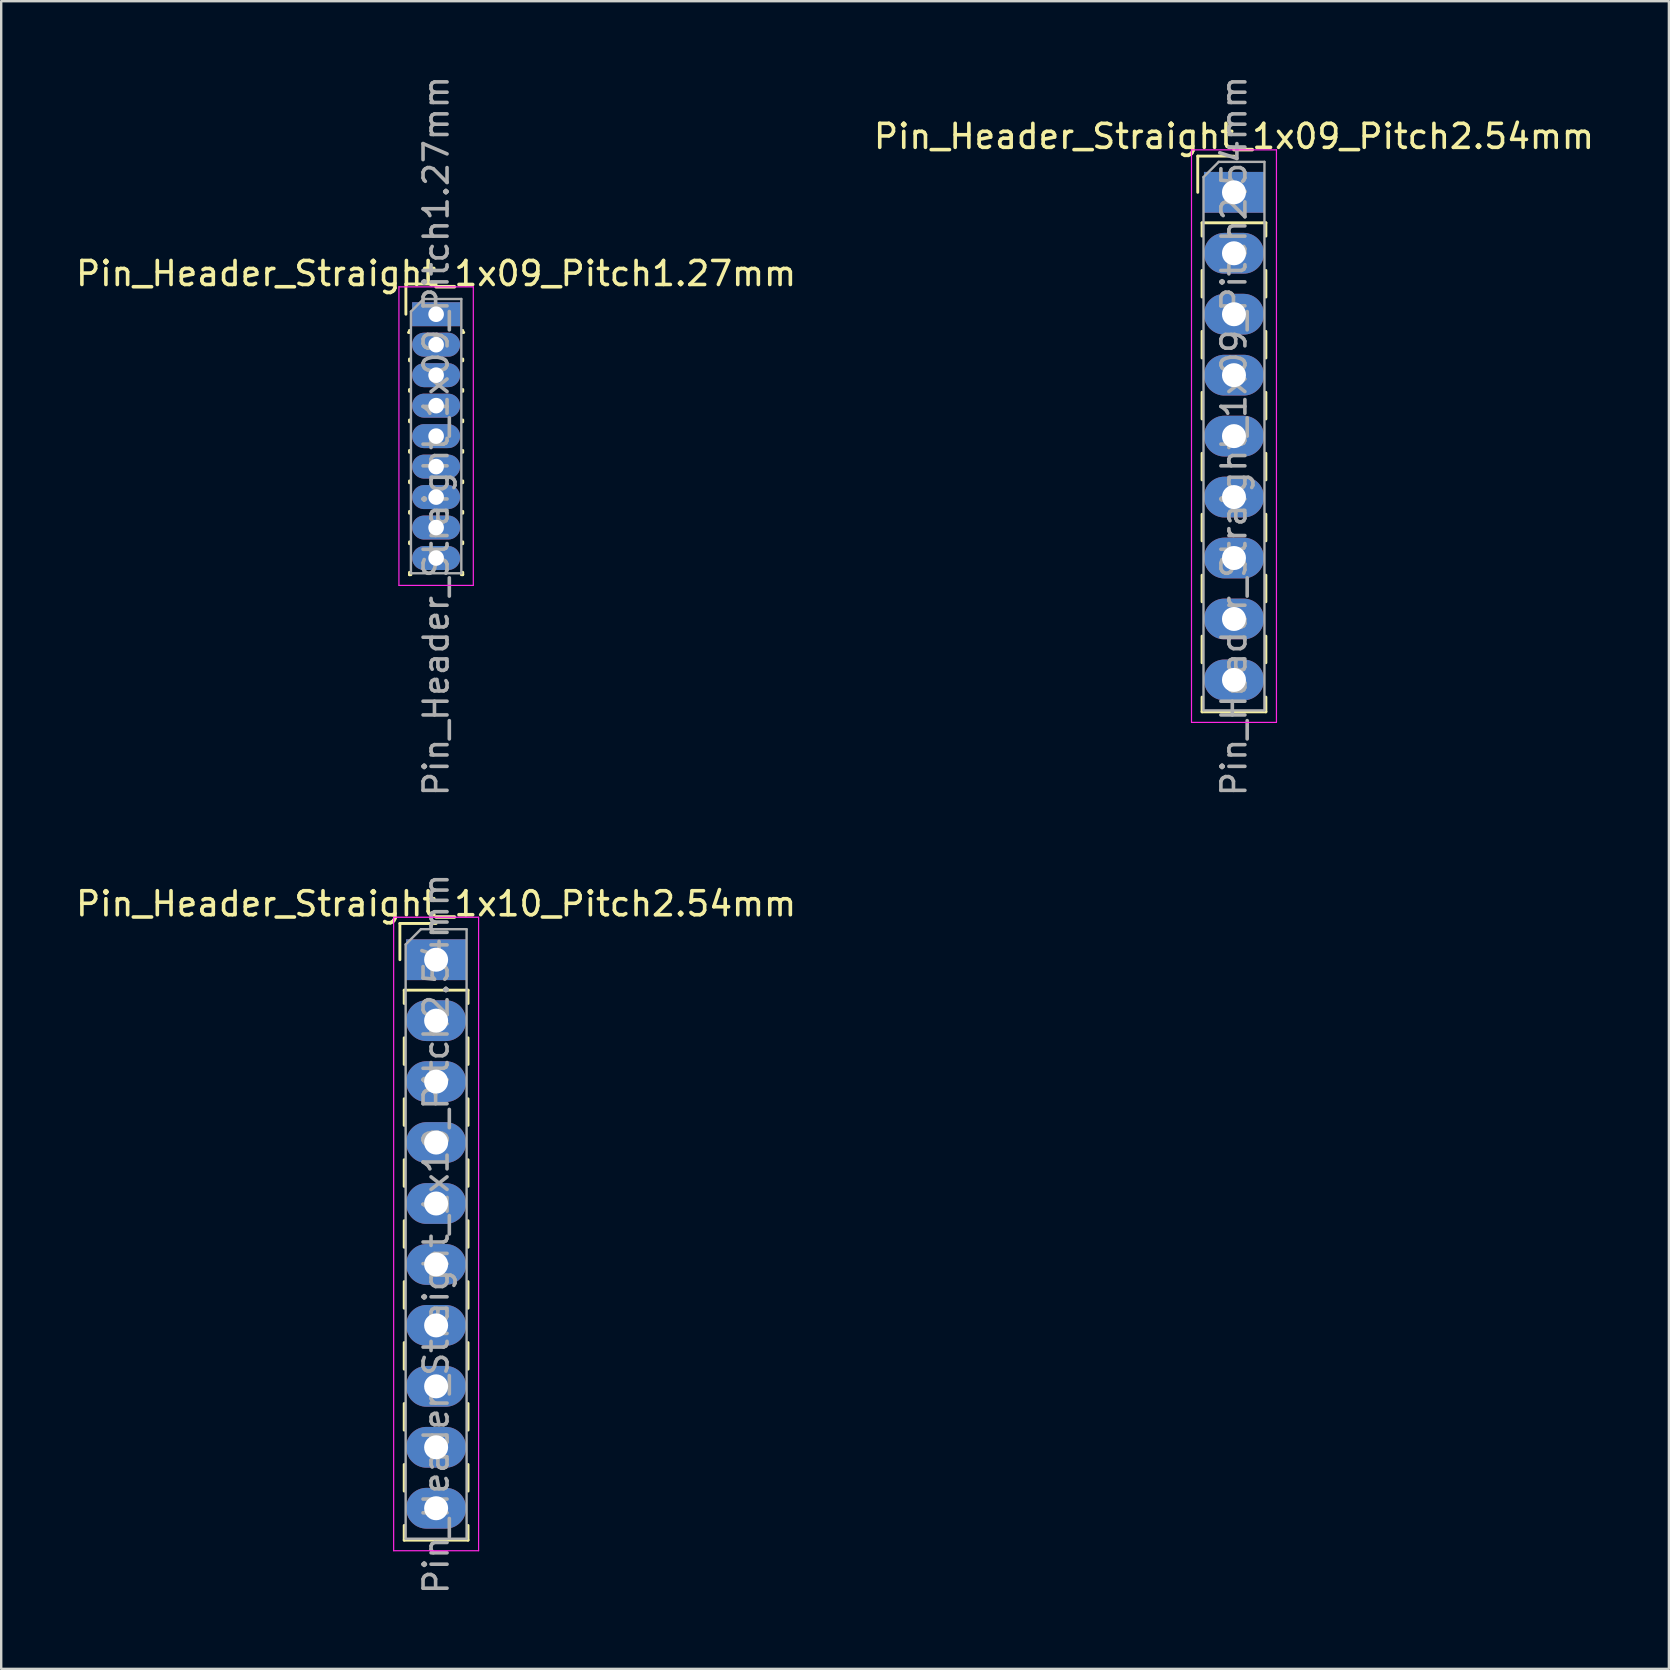
<source format=kicad_pcb>
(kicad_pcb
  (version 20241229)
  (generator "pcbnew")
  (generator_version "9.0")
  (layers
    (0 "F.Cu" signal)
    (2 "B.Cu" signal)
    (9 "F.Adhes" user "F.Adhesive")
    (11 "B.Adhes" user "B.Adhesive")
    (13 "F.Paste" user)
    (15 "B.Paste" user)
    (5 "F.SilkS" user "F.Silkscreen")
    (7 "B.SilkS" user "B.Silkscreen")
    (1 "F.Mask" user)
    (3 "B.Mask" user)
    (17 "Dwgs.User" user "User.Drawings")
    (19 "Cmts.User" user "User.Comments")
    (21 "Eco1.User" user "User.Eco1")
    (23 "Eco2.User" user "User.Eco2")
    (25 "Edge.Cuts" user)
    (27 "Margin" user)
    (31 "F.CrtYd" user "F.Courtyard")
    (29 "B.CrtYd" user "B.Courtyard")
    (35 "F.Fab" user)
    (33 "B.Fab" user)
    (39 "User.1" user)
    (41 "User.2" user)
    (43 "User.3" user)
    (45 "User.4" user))
  (footprint "Pin_Header_Straight_1x09_Pitch2.54mm"
    (layer "F.Cu")
    (at 48.375 4.965)
    (property "Reference" "Pin_Header_Straight_1x09_Pitch2.54mm" (at 0 -2.33 0) (layer "F.SilkS") (effects (font (size 1 1) (thickness 0.15))))
    (attr through_hole)
    (fp_line (start -1.51 -1.51) (end 0 -1.51) (stroke (width 0.12) (type solid)) (layer "F.SilkS"))
    (fp_line (start -1.51 0) (end -1.51 -1.51) (stroke (width 0.12) (type solid)) (layer "F.SilkS"))
    (fp_line (start -1.33 1.27) (end -1.33 1.825) (stroke (width 0.12) (type solid)) (layer "F.SilkS"))
    (fp_line (start -1.33 1.27) (end 1.33 1.27) (stroke (width 0.12) (type solid)) (layer "F.SilkS"))
    (fp_line (start -1.33 3.255) (end -1.33 4.365) (stroke (width 0.12) (type solid)) (layer "F.SilkS"))
    (fp_line (start -1.33 5.795) (end -1.33 6.905) (stroke (width 0.12) (type solid)) (layer "F.SilkS"))
    (fp_line (start -1.33 8.335) (end -1.33 9.445) (stroke (width 0.12) (type solid)) (layer "F.SilkS"))
    (fp_line (start -1.33 10.875) (end -1.33 11.985) (stroke (width 0.12) (type solid)) (layer "F.SilkS"))
    (fp_line (start -1.33 13.415) (end -1.33 14.525) (stroke (width 0.12) (type solid)) (layer "F.SilkS"))
    (fp_line (start -1.33 15.955) (end -1.33 17.065) (stroke (width 0.12) (type solid)) (layer "F.SilkS"))
    (fp_line (start -1.33 18.495) (end -1.33 19.605) (stroke (width 0.12) (type solid)) (layer "F.SilkS"))
    (fp_line (start -1.33 21.035) (end -1.33 21.65) (stroke (width 0.12) (type solid)) (layer "F.SilkS"))
    (fp_line (start -1.33 21.65) (end 1.33 21.65) (stroke (width 0.12) (type solid)) (layer "F.SilkS"))
    (fp_line (start 1.33 1.27) (end 1.33 1.825) (stroke (width 0.12) (type solid)) (layer "F.SilkS"))
    (fp_line (start 1.33 3.255) (end 1.33 4.365) (stroke (width 0.12) (type solid)) (layer "F.SilkS"))
    (fp_line (start 1.33 5.795) (end 1.33 6.905) (stroke (width 0.12) (type solid)) (layer "F.SilkS"))
    (fp_line (start 1.33 8.335) (end 1.33 9.445) (stroke (width 0.12) (type solid)) (layer "F.SilkS"))
    (fp_line (start 1.33 10.875) (end 1.33 11.985) (stroke (width 0.12) (type solid)) (layer "F.SilkS"))
    (fp_line (start 1.33 13.415) (end 1.33 14.525) (stroke (width 0.12) (type solid)) (layer "F.SilkS"))
    (fp_line (start 1.33 15.955) (end 1.33 17.065) (stroke (width 0.12) (type solid)) (layer "F.SilkS"))
    (fp_line (start 1.33 18.495) (end 1.33 19.605) (stroke (width 0.12) (type solid)) (layer "F.SilkS"))
    (fp_line (start 1.33 21.035) (end 1.33 21.65) (stroke (width 0.12) (type solid)) (layer "F.SilkS"))
    (fp_line (start -1.77 -1.77) (end -1.77 22.09) (stroke (width 0.05) (type solid)) (layer "F.CrtYd"))
    (fp_line (start -1.77 22.09) (end 1.77 22.09) (stroke (width 0.05) (type solid)) (layer "F.CrtYd"))
    (fp_line (start 1.77 -1.77) (end -1.77 -1.77) (stroke (width 0.05) (type solid)) (layer "F.CrtYd"))
    (fp_line (start 1.77 22.09) (end 1.77 -1.77) (stroke (width 0.05) (type solid)) (layer "F.CrtYd"))
    (fp_line (start -1.27 -0.635) (end -0.635 -1.27) (stroke (width 0.1) (type solid)) (layer "F.Fab"))
    (fp_line (start -1.27 21.59) (end -1.27 -0.635) (stroke (width 0.1) (type solid)) (layer "F.Fab"))
    (fp_line (start -0.635 -1.27) (end 1.27 -1.27) (stroke (width 0.1) (type solid)) (layer "F.Fab"))
    (fp_line (start 1.27 -1.27) (end 1.27 21.59) (stroke (width 0.1) (type solid)) (layer "F.Fab"))
    (fp_line (start 1.27 21.59) (end -1.27 21.59) (stroke (width 0.1) (type solid)) (layer "F.Fab"))
    (fp_text user "${REFERENCE}" (at 0 10.16 90) (layer "F.Fab") (effects (font (size 1 1) (thickness 0.15))))
    (pad "1" thru_hole rect (at 0 0) (size 2.5 1.7) (drill 1) (layers "*.Cu" "*.Mask"))
    (pad "2" thru_hole oval (at 0 2.54) (size 2.5 1.7) (drill 1) (layers "*.Cu" "*.Mask"))
    (pad "3" thru_hole oval (at 0 5.08) (size 2.5 1.7) (drill 1) (layers "*.Cu" "*.Mask"))
    (pad "4" thru_hole oval (at 0 7.62) (size 2.5 1.7) (drill 1) (layers "*.Cu" "*.Mask"))
    (pad "5" thru_hole oval (at 0 10.16) (size 2.5 1.7) (drill 1) (layers "*.Cu" "*.Mask"))
    (pad "6" thru_hole oval (at 0 12.7) (size 2.5 1.7) (drill 1) (layers "*.Cu" "*.Mask"))
    (pad "7" thru_hole oval (at 0 15.24) (size 2.5 1.7) (drill 1) (layers "*.Cu" "*.Mask"))
    (pad "8" thru_hole oval (at 0 17.78) (size 2.5 1.7) (drill 1) (layers "*.Cu" "*.Mask"))
    (pad "9" thru_hole oval (at 0 20.32) (size 2.5 1.7) (drill 1) (layers "*.Cu" "*.Mask")))
  (footprint "Pin_Header_Straight_1x10_Pitch2.54mm"
    (layer "F.Cu")
    (at 15.125 36.945)
    (property "Reference" "Pin_Header_Straight_1x10_Pitch2.54mm" (at 0 -2.33 0) (layer "F.SilkS") (effects (font (size 1 1) (thickness 0.15))))
    (attr through_hole)
    (fp_line (start -1.51 -1.51) (end 0 -1.51) (stroke (width 0.12) (type solid)) (layer "F.SilkS"))
    (fp_line (start -1.51 0) (end -1.51 -1.51) (stroke (width 0.12) (type solid)) (layer "F.SilkS"))
    (fp_line (start -1.33 1.27) (end -1.33 1.825) (stroke (width 0.12) (type solid)) (layer "F.SilkS"))
    (fp_line (start -1.33 1.27) (end 1.33 1.27) (stroke (width 0.12) (type solid)) (layer "F.SilkS"))
    (fp_line (start -1.33 3.255) (end -1.33 4.365) (stroke (width 0.12) (type solid)) (layer "F.SilkS"))
    (fp_line (start -1.33 5.795) (end -1.33 6.905) (stroke (width 0.12) (type solid)) (layer "F.SilkS"))
    (fp_line (start -1.33 8.335) (end -1.33 9.445) (stroke (width 0.12) (type solid)) (layer "F.SilkS"))
    (fp_line (start -1.33 10.875) (end -1.33 11.985) (stroke (width 0.12) (type solid)) (layer "F.SilkS"))
    (fp_line (start -1.33 13.415) (end -1.33 14.525) (stroke (width 0.12) (type solid)) (layer "F.SilkS"))
    (fp_line (start -1.33 15.955) (end -1.33 17.065) (stroke (width 0.12) (type solid)) (layer "F.SilkS"))
    (fp_line (start -1.33 18.495) (end -1.33 19.605) (stroke (width 0.12) (type solid)) (layer "F.SilkS"))
    (fp_line (start -1.33 21.035) (end -1.33 22.145) (stroke (width 0.12) (type solid)) (layer "F.SilkS"))
    (fp_line (start -1.33 23.575) (end -1.33 24.19) (stroke (width 0.12) (type solid)) (layer "F.SilkS"))
    (fp_line (start -1.33 24.19) (end 1.33 24.19) (stroke (width 0.12) (type solid)) (layer "F.SilkS"))
    (fp_line (start 1.33 1.27) (end 1.33 1.825) (stroke (width 0.12) (type solid)) (layer "F.SilkS"))
    (fp_line (start 1.33 3.255) (end 1.33 4.365) (stroke (width 0.12) (type solid)) (layer "F.SilkS"))
    (fp_line (start 1.33 5.795) (end 1.33 6.905) (stroke (width 0.12) (type solid)) (layer "F.SilkS"))
    (fp_line (start 1.33 8.335) (end 1.33 9.445) (stroke (width 0.12) (type solid)) (layer "F.SilkS"))
    (fp_line (start 1.33 10.875) (end 1.33 11.985) (stroke (width 0.12) (type solid)) (layer "F.SilkS"))
    (fp_line (start 1.33 13.415) (end 1.33 14.525) (stroke (width 0.12) (type solid)) (layer "F.SilkS"))
    (fp_line (start 1.33 15.955) (end 1.33 17.065) (stroke (width 0.12) (type solid)) (layer "F.SilkS"))
    (fp_line (start 1.33 18.495) (end 1.33 19.605) (stroke (width 0.12) (type solid)) (layer "F.SilkS"))
    (fp_line (start 1.33 21.035) (end 1.33 22.145) (stroke (width 0.12) (type solid)) (layer "F.SilkS"))
    (fp_line (start 1.33 23.575) (end 1.33 24.19) (stroke (width 0.12) (type solid)) (layer "F.SilkS"))
    (fp_line (start -1.77 -1.77) (end -1.77 24.63) (stroke (width 0.05) (type solid)) (layer "F.CrtYd"))
    (fp_line (start -1.77 24.63) (end 1.77 24.63) (stroke (width 0.05) (type solid)) (layer "F.CrtYd"))
    (fp_line (start 1.77 -1.77) (end -1.77 -1.77) (stroke (width 0.05) (type solid)) (layer "F.CrtYd"))
    (fp_line (start 1.77 24.63) (end 1.77 -1.77) (stroke (width 0.05) (type solid)) (layer "F.CrtYd"))
    (fp_line (start -1.27 -0.635) (end -0.635 -1.27) (stroke (width 0.1) (type solid)) (layer "F.Fab"))
    (fp_line (start -1.27 24.13) (end -1.27 -0.635) (stroke (width 0.1) (type solid)) (layer "F.Fab"))
    (fp_line (start -0.635 -1.27) (end 1.27 -1.27) (stroke (width 0.1) (type solid)) (layer "F.Fab"))
    (fp_line (start 1.27 -1.27) (end 1.27 24.13) (stroke (width 0.1) (type solid)) (layer "F.Fab"))
    (fp_line (start 1.27 24.13) (end -1.27 24.13) (stroke (width 0.1) (type solid)) (layer "F.Fab"))
    (fp_text user "${REFERENCE}" (at 0 11.43 90) (layer "F.Fab") (effects (font (size 1 1) (thickness 0.15))))
    (pad "1" thru_hole rect (at 0 0) (size 2.5 1.7) (drill 1) (layers "*.Cu" "*.Mask"))
    (pad "2" thru_hole oval (at 0 2.54) (size 2.5 1.7) (drill 1) (layers "*.Cu" "*.Mask"))
    (pad "3" thru_hole oval (at 0 5.08) (size 2.5 1.7) (drill 1) (layers "*.Cu" "*.Mask"))
    (pad "4" thru_hole oval (at 0 7.62) (size 2.5 1.7) (drill 1) (layers "*.Cu" "*.Mask"))
    (pad "5" thru_hole oval (at 0 10.16) (size 2.5 1.7) (drill 1) (layers "*.Cu" "*.Mask"))
    (pad "6" thru_hole oval (at 0 12.7) (size 2.5 1.7) (drill 1) (layers "*.Cu" "*.Mask"))
    (pad "7" thru_hole oval (at 0 15.24) (size 2.5 1.7) (drill 1) (layers "*.Cu" "*.Mask"))
    (pad "8" thru_hole oval (at 0 17.78) (size 2.5 1.7) (drill 1) (layers "*.Cu" "*.Mask"))
    (pad "9" thru_hole oval (at 0 20.32) (size 2.5 1.7) (drill 1) (layers "*.Cu" "*.Mask"))
    (pad "10" thru_hole oval (at 0 22.86) (size 2.5 1.7) (drill 1) (layers "*.Cu" "*.Mask")))
  (footprint "Pin_Header_Straight_1x09_Pitch1.27mm"
    (layer "F.Cu")
    (at 15.125 10.045)
    (property "Reference" "Pin_Header_Straight_1x09_Pitch1.27mm" (at 0 -1.695 0) (layer "F.SilkS") (effects (font (size 1 1) (thickness 0.15))))
    (attr through_hole)
    (fp_line (start -1.26 -1.26) (end 0 -1.26) (stroke (width 0.12) (type solid)) (layer "F.SilkS"))
    (fp_line (start -1.26 0) (end -1.26 -1.26) (stroke (width 0.12) (type solid)) (layer "F.SilkS"))
    (fp_line (start -1.11 0.76) (end -1.152 0.76) (stroke (width 0.12) (type solid)) (layer "F.SilkS"))
    (fp_line (start -1.11 0.76) (end -1.11 0.674) (stroke (width 0.12) (type solid)) (layer "F.SilkS"))
    (fp_line (start -1.11 1.866) (end -1.11 1.944) (stroke (width 0.12) (type solid)) (layer "F.SilkS"))
    (fp_line (start -1.11 3.136) (end -1.11 3.214) (stroke (width 0.12) (type solid)) (layer "F.SilkS"))
    (fp_line (start -1.11 4.406) (end -1.11 4.484) (stroke (width 0.12) (type solid)) (layer "F.SilkS"))
    (fp_line (start -1.11 5.676) (end -1.11 5.754) (stroke (width 0.12) (type solid)) (layer "F.SilkS"))
    (fp_line (start -1.11 6.946) (end -1.11 7.024) (stroke (width 0.12) (type solid)) (layer "F.SilkS"))
    (fp_line (start -1.11 8.216) (end -1.11 8.294) (stroke (width 0.12) (type solid)) (layer "F.SilkS"))
    (fp_line (start -1.11 9.486) (end -1.11 9.564) (stroke (width 0.12) (type solid)) (layer "F.SilkS"))
    (fp_line (start -1.11 10.756) (end -1.11 10.855) (stroke (width 0.12) (type solid)) (layer "F.SilkS"))
    (fp_line (start -1.11 10.855) (end -1.051 10.855) (stroke (width 0.12) (type solid)) (layer "F.SilkS"))
    (fp_line (start 1.051 10.855) (end 1.11 10.855) (stroke (width 0.12) (type solid)) (layer "F.SilkS"))
    (fp_line (start 1.11 0.76) (end 1.11 0.674) (stroke (width 0.12) (type solid)) (layer "F.SilkS"))
    (fp_line (start 1.11 1.866) (end 1.11 1.944) (stroke (width 0.12) (type solid)) (layer "F.SilkS"))
    (fp_line (start 1.11 3.136) (end 1.11 3.214) (stroke (width 0.12) (type solid)) (layer "F.SilkS"))
    (fp_line (start 1.11 4.406) (end 1.11 4.484) (stroke (width 0.12) (type solid)) (layer "F.SilkS"))
    (fp_line (start 1.11 5.676) (end 1.11 5.754) (stroke (width 0.12) (type solid)) (layer "F.SilkS"))
    (fp_line (start 1.11 6.946) (end 1.11 7.024) (stroke (width 0.12) (type solid)) (layer "F.SilkS"))
    (fp_line (start 1.11 8.216) (end 1.11 8.294) (stroke (width 0.12) (type solid)) (layer "F.SilkS"))
    (fp_line (start 1.11 9.486) (end 1.11 9.564) (stroke (width 0.12) (type solid)) (layer "F.SilkS"))
    (fp_line (start 1.11 10.756) (end 1.11 10.855) (stroke (width 0.12) (type solid)) (layer "F.SilkS"))
    (fp_line (start 1.152 0.76) (end 1.11 0.76) (stroke (width 0.12) (type solid)) (layer "F.SilkS"))
    (fp_line (start -1.55 -1.14) (end -1.55 11.3) (stroke (width 0.05) (type solid)) (layer "F.CrtYd"))
    (fp_line (start -1.55 11.3) (end 1.55 11.3) (stroke (width 0.05) (type solid)) (layer "F.CrtYd"))
    (fp_line (start 1.55 -1.14) (end -1.55 -1.14) (stroke (width 0.05) (type solid)) (layer "F.CrtYd"))
    (fp_line (start 1.55 11.3) (end 1.55 -1.14) (stroke (width 0.05) (type solid)) (layer "F.CrtYd"))
    (fp_line (start -1.05 -0.11) (end -0.525 -0.635) (stroke (width 0.1) (type solid)) (layer "F.Fab"))
    (fp_line (start -1.05 10.795) (end -1.05 -0.11) (stroke (width 0.1) (type solid)) (layer "F.Fab"))
    (fp_line (start -0.525 -0.635) (end 1.05 -0.635) (stroke (width 0.1) (type solid)) (layer "F.Fab"))
    (fp_line (start 1.05 -0.635) (end 1.05 10.795) (stroke (width 0.1) (type solid)) (layer "F.Fab"))
    (fp_line (start 1.05 10.795) (end -1.05 10.795) (stroke (width 0.1) (type solid)) (layer "F.Fab"))
    (fp_text user "${REFERENCE}" (at 0 5.08 90) (layer "F.Fab") (effects (font (size 1 1) (thickness 0.15))))
    (pad "1" thru_hole rect (at 0 0) (size 2 1) (drill 0.65) (layers "*.Cu" "*.Mask"))
    (pad "2" thru_hole oval (at 0 1.27) (size 2 1) (drill 0.65) (layers "*.Cu" "*.Mask"))
    (pad "3" thru_hole oval (at 0 2.54) (size 2 1) (drill 0.65) (layers "*.Cu" "*.Mask"))
    (pad "4" thru_hole oval (at 0 3.81) (size 2 1) (drill 0.65) (layers "*.Cu" "*.Mask"))
    (pad "5" thru_hole oval (at 0 5.08) (size 2 1) (drill 0.65) (layers "*.Cu" "*.Mask"))
    (pad "6" thru_hole oval (at 0 6.35) (size 2 1) (drill 0.65) (layers "*.Cu" "*.Mask"))
    (pad "7" thru_hole oval (at 0 7.62) (size 2 1) (drill 0.65) (layers "*.Cu" "*.Mask"))
    (pad "8" thru_hole oval (at 0 8.89) (size 2 1) (drill 0.65) (layers "*.Cu" "*.Mask"))
    (pad "9" thru_hole oval (at 0 10.16) (size 2 1) (drill 0.65) (layers "*.Cu" "*.Mask")))
  (gr_rect
    (start -3 -3)
    (end 66.5 66.5)
    (stroke (width 0.1) (type default))
    (fill no)
    (layer "Edge.Cuts")))
</source>
